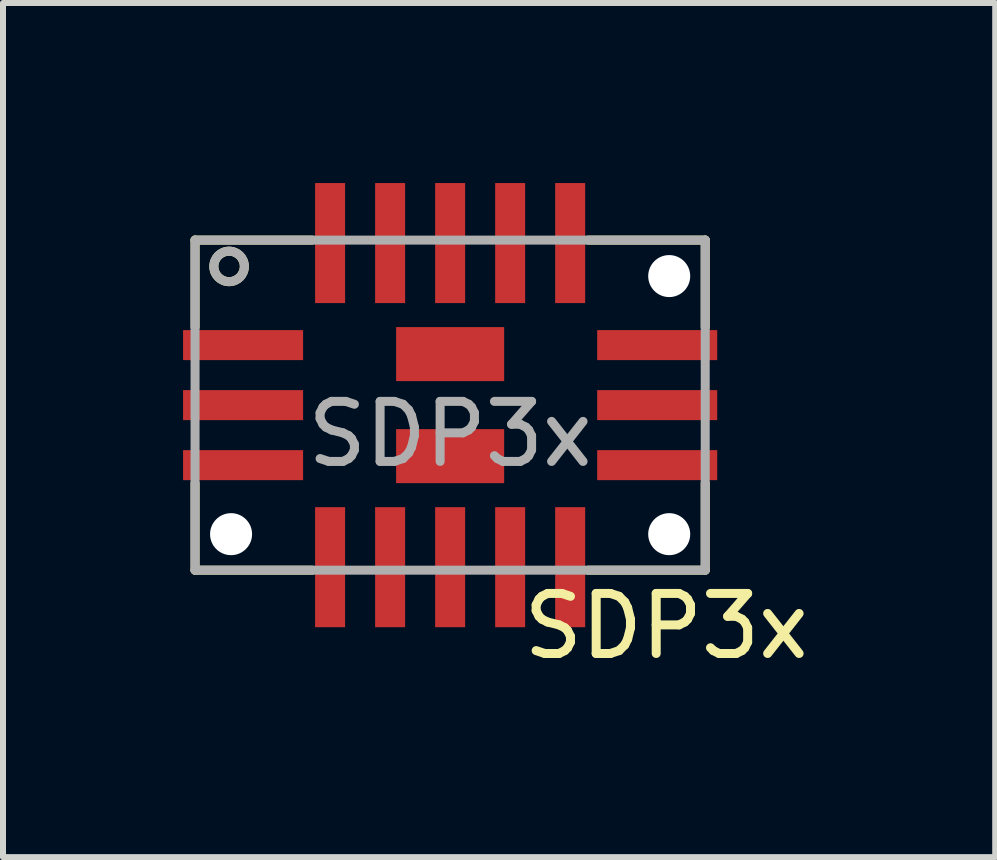
<source format=kicad_pcb>
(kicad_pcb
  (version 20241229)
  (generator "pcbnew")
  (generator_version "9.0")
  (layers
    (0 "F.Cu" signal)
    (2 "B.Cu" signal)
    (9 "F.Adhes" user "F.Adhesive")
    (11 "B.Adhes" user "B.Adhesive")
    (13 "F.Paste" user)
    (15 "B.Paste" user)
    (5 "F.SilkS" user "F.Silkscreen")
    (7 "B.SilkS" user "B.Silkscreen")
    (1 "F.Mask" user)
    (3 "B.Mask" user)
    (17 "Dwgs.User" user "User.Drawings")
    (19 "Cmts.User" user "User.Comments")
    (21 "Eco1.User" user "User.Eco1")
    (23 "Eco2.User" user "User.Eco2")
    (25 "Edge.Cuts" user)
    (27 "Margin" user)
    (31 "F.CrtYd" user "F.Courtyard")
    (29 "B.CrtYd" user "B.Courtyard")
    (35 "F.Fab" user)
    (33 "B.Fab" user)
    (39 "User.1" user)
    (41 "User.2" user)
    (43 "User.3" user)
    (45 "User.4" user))
  (footprint "SDP3x"
    (layer "F.Cu")
    (at 4.45 3.7)
    (property "Reference" "SDP3x" (at 3.6 3.683 0) (layer "F.SilkS") (effects (font (size 1 1) (thickness 0.15))))
    (property "Datasheet" "" (at 0 0 0) (unlocked yes) (layer "F.Fab") (effects (font (size 1.27 1.27) (thickness 0.15))))
    (property "Description" "" (at 0 0 0) (unlocked yes) (layer "F.Fab") (effects (font (size 1.27 1.27) (thickness 0.15))))
    (attr through_hole)
    (fp_line (start -4.25 -2.75) (end -4.25 -1.3) (stroke (width 0.15) (type solid)) (layer "F.SilkS"))
    (fp_line (start -4.25 -2.75) (end -2.3 -2.75) (stroke (width 0.15) (type solid)) (layer "F.SilkS"))
    (fp_line (start -4.25 1.3) (end -4.25 2.75) (stroke (width 0.15) (type solid)) (layer "F.SilkS"))
    (fp_line (start -4.25 2.75) (end -2.3 2.75) (stroke (width 0.15) (type solid)) (layer "F.SilkS"))
    (fp_line (start 2.3 -2.75) (end 4.25 -2.75) (stroke (width 0.15) (type solid)) (layer "F.SilkS"))
    (fp_line (start 4.25 -2.75) (end 4.25 -1.3) (stroke (width 0.15) (type solid)) (layer "F.SilkS"))
    (fp_line (start 4.25 1.3) (end 4.25 2.75) (stroke (width 0.15) (type solid)) (layer "F.SilkS"))
    (fp_line (start 4.25 2.75) (end 2.3 2.75) (stroke (width 0.15) (type solid)) (layer "F.SilkS"))
    (fp_circle (center -3.683 -2.311) (end -3.429 -2.311) (stroke (width 0.15) (type solid)) (fill no) (layer "F.SilkS"))
    (fp_line (start -4.25 -2.75) (end 4.25 -2.75) (stroke (width 0.15) (type solid)) (layer "F.Fab"))
    (fp_line (start -4.25 2.75) (end -4.25 -2.75) (stroke (width 0.15) (type solid)) (layer "F.Fab"))
    (fp_line (start 4.25 -2.75) (end 4.25 2.75) (stroke (width 0.15) (type solid)) (layer "F.Fab"))
    (fp_line (start 4.25 2.75) (end -4.25 2.75) (stroke (width 0.15) (type solid)) (layer "F.Fab"))
    (fp_circle (center -3.683 -2.311) (end -3.429 -2.311) (stroke (width 0.15) (type solid)) (fill no) (layer "F.Fab"))
    (fp_text user "${REFERENCE}" (at 0 0.483 0) (layer "F.Fab") (effects (font (size 1 1) (thickness 0.15))))
    (pad "" np_thru_hole circle (at -3.65 2.15) (size 0.7 0.7) (drill 0.7) (layers "*.Cu" "*.Mask"))
    (pad "" np_thru_hole circle (at 3.65 -2.15) (size 0.7 0.7) (drill 0.7) (layers "*.Cu" "*.Mask"))
    (pad "" np_thru_hole circle (at 3.65 2.15) (size 0.7 0.7) (drill 0.7) (layers "*.Cu" "*.Mask"))
    (pad "1" smd trapezoid (at -3.45 -1) (size 2 0.5) (layers "F.Cu" "F.Mask" "F.Paste"))
    (pad "2" smd trapezoid (at -3.45 0) (size 2 0.5) (layers "F.Cu" "F.Mask" "F.Paste"))
    (pad "3" smd trapezoid (at -3.45 1) (size 2 0.5) (layers "F.Cu" "F.Mask" "F.Paste"))
    (pad "4" smd trapezoid (at -2 2.7 90) (size 2 0.5) (layers "F.Cu" "F.Mask" "F.Paste"))
    (pad "5" smd trapezoid (at -1 2.7 90) (size 2 0.5) (layers "F.Cu" "F.Mask" "F.Paste"))
    (pad "6" smd trapezoid (at 0 2.7 90) (size 2 0.5) (layers "F.Cu" "F.Mask" "F.Paste"))
    (pad "7" smd trapezoid (at 1 2.7 90) (size 2 0.5) (layers "F.Cu" "F.Mask" "F.Paste"))
    (pad "8" smd trapezoid (at 2 2.7 90) (size 2 0.5) (layers "F.Cu" "F.Mask" "F.Paste"))
    (pad "9" smd trapezoid (at 3.45 1) (size 2 0.5) (layers "F.Cu" "F.Mask" "F.Paste"))
    (pad "10" smd trapezoid (at 3.45 0) (size 2 0.5) (layers "F.Cu" "F.Mask" "F.Paste"))
    (pad "11" smd trapezoid (at 3.45 -1) (size 2 0.5) (layers "F.Cu" "F.Mask" "F.Paste"))
    (pad "12" smd trapezoid (at 2 -2.7 90) (size 2 0.5) (layers "F.Cu" "F.Mask" "F.Paste"))
    (pad "13" smd trapezoid (at 1 -2.7 90) (size 2 0.5) (layers "F.Cu" "F.Mask" "F.Paste"))
    (pad "14" smd trapezoid (at 0 -2.7 90) (size 2 0.5) (layers "F.Cu" "F.Mask" "F.Paste"))
    (pad "15" smd trapezoid (at -1 -2.7 90) (size 2 0.5) (layers "F.Cu" "F.Mask" "F.Paste"))
    (pad "16" smd trapezoid (at -2 -2.7 90) (size 2 0.5) (layers "F.Cu" "F.Mask" "F.Paste"))
    (pad "17" smd trapezoid (at 0 -0.85) (size 1.8 0.9) (layers "F.Cu" "F.Mask" "F.Paste"))
    (pad "18" smd trapezoid (at 0 0.85) (size 1.8 0.9) (layers "F.Cu" "F.Mask" "F.Paste")))
  (gr_rect
    (start -3 -3)
    (end 13.532 11.231)
    (stroke (width 0.1) (type default))
    (fill no)
    (layer "Edge.Cuts")))
</source>
